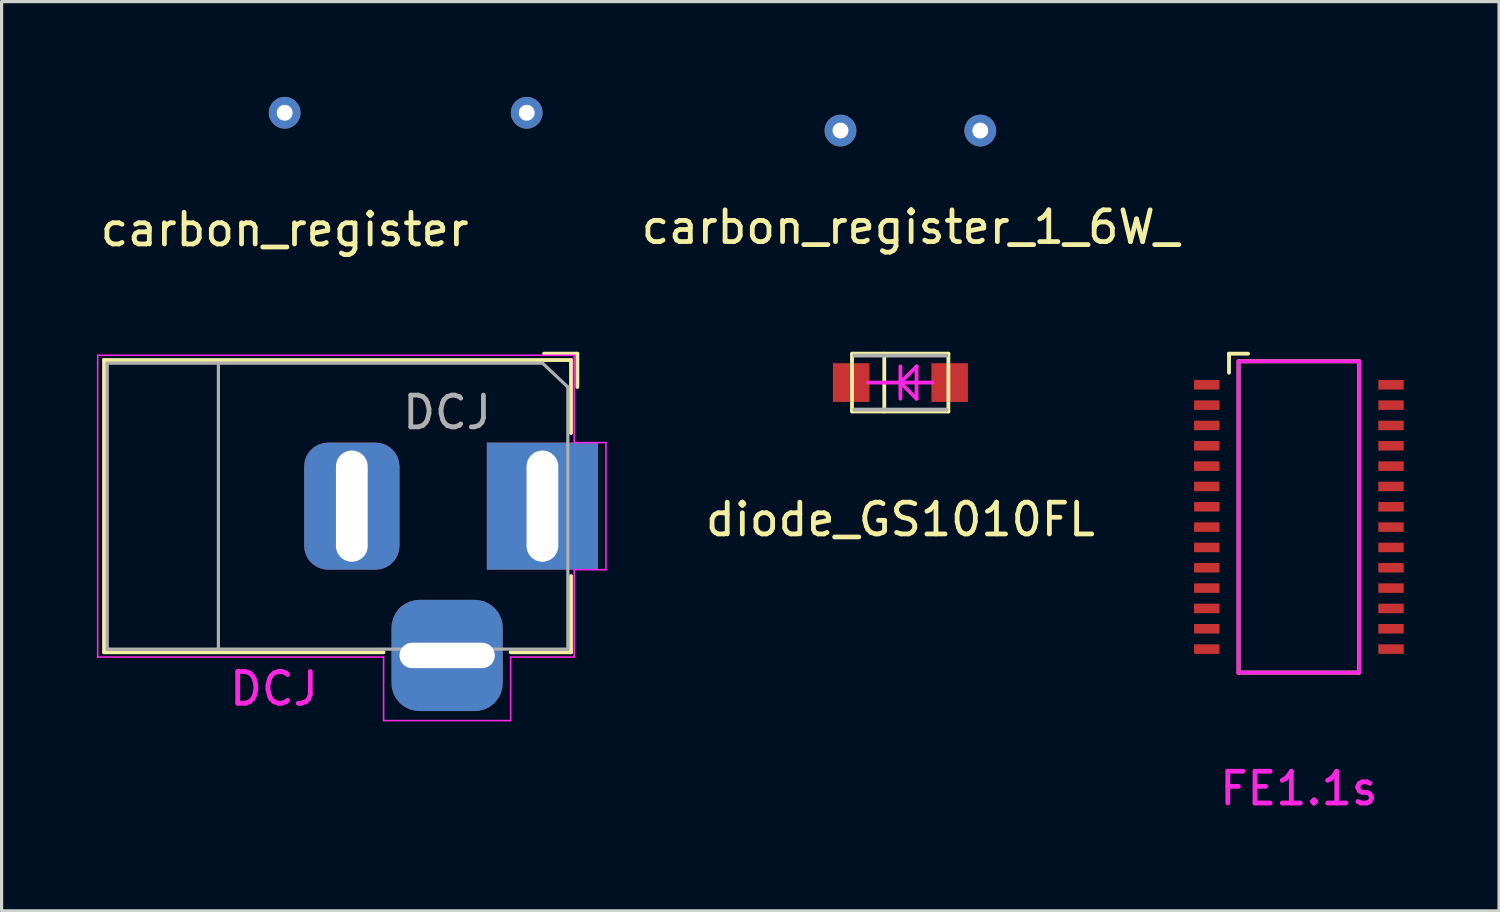
<source format=kicad_pcb>
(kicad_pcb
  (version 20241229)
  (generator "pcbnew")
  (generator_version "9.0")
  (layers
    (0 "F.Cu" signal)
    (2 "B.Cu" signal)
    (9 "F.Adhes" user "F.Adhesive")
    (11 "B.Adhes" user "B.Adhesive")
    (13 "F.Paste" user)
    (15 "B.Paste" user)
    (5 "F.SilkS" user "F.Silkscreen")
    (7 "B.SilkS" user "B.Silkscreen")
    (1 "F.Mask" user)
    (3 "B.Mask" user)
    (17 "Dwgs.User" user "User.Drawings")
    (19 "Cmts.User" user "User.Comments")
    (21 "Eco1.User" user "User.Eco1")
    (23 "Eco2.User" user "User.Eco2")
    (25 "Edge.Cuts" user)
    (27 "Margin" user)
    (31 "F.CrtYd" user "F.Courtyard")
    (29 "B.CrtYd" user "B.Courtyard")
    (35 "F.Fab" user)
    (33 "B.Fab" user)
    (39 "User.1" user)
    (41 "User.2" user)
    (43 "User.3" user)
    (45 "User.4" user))
  (footprint "DCJ"
    (layer "F.Cu")
    (at 14.025 12.883)
    (property "Reference" "DCJ" (at -8.45 5.75 0) (layer "F.CrtYd") (effects (font (size 1 1) (thickness 0.15))))
    (attr through_hole)
    (fp_line (start -13.8 -4.6) (end 0.9 -4.6) (stroke (width 0.12) (type solid)) (layer "F.SilkS"))
    (fp_line (start -13.8 4.6) (end -13.8 -4.6) (stroke (width 0.12) (type solid)) (layer "F.SilkS"))
    (fp_line (start -5 4.6) (end -13.8 4.6) (stroke (width 0.12) (type solid)) (layer "F.SilkS"))
    (fp_line (start 0.05 -4.8) (end 1.1 -4.8) (stroke (width 0.12) (type solid)) (layer "F.SilkS"))
    (fp_line (start 0.9 -4.6) (end 0.9 -2.3) (stroke (width 0.12) (type solid)) (layer "F.SilkS"))
    (fp_line (start 0.9 2.2) (end 0.9 4.6) (stroke (width 0.12) (type solid)) (layer "F.SilkS"))
    (fp_line (start 0.9 4.6) (end -1 4.6) (stroke (width 0.12) (type solid)) (layer "F.SilkS"))
    (fp_line (start 1.1 -3.75) (end 1.1 -4.8) (stroke (width 0.12) (type solid)) (layer "F.SilkS"))
    (fp_line (start -14 4.75) (end -14 -4.75) (stroke (width 0.05) (type solid)) (layer "F.CrtYd"))
    (fp_line (start -5 4.75) (end -14 4.75) (stroke (width 0.05) (type solid)) (layer "F.CrtYd"))
    (fp_line (start -5 6.75) (end -5 4.75) (stroke (width 0.05) (type solid)) (layer "F.CrtYd"))
    (fp_line (start -1 4.75) (end -1 6.75) (stroke (width 0.05) (type solid)) (layer "F.CrtYd"))
    (fp_line (start -1 6.75) (end -5 6.75) (stroke (width 0.05) (type solid)) (layer "F.CrtYd"))
    (fp_line (start 1 -4.75) (end -14 -4.75) (stroke (width 0.05) (type solid)) (layer "F.CrtYd"))
    (fp_line (start 1 -4.5) (end 1 -4.75) (stroke (width 0.05) (type solid)) (layer "F.CrtYd"))
    (fp_line (start 1 -4.5) (end 1 -2) (stroke (width 0.05) (type solid)) (layer "F.CrtYd"))
    (fp_line (start 1 -2) (end 2 -2) (stroke (width 0.05) (type solid)) (layer "F.CrtYd"))
    (fp_line (start 1 2) (end 1 4.75) (stroke (width 0.05) (type solid)) (layer "F.CrtYd"))
    (fp_line (start 1 4.75) (end -1 4.75) (stroke (width 0.05) (type solid)) (layer "F.CrtYd"))
    (fp_line (start 2 -2) (end 2 2) (stroke (width 0.05) (type solid)) (layer "F.CrtYd"))
    (fp_line (start 2 2) (end 1 2) (stroke (width 0.05) (type solid)) (layer "F.CrtYd"))
    (fp_line (start -13.7 -4.5) (end -13.7 4.5) (stroke (width 0.1) (type solid)) (layer "F.Fab"))
    (fp_line (start -13.7 4.5) (end 0.8 4.5) (stroke (width 0.1) (type solid)) (layer "F.Fab"))
    (fp_line (start -10.2 -4.5) (end -10.2 4.5) (stroke (width 0.1) (type solid)) (layer "F.Fab"))
    (fp_line (start -0.003 -4.505) (end 0.8 -3.75) (stroke (width 0.1) (type solid)) (layer "F.Fab"))
    (fp_line (start 0 -4.5) (end -13.7 -4.5) (stroke (width 0.1) (type solid)) (layer "F.Fab"))
    (fp_line (start 0.8 4.5) (end 0.8 -3.75) (stroke (width 0.1) (type solid)) (layer "F.Fab"))
    (fp_text user "${REFERENCE}" (at -3 -2.95 0) (layer "F.Fab") (effects (font (size 1 1) (thickness 0.15))))
    (pad "1" thru_hole rect (at 0 0) (size 3.5 4) (drill oval 1 3.5) (layers "*.Cu" "*.Mask"))
    (pad "2" thru_hole roundrect (at -6 0) (size 3 4) (drill oval 1 3.5) (layers "*.Cu" "*.Mask") (roundrect_rratio 0.25))
    (pad "3" thru_hole roundrect (at -3 4.7) (size 3.5 3.5) (drill oval 3 0.8) (layers "*.Cu" "*.Mask") (roundrect_rratio 0.25)))
  (footprint "FE1.1s"
    (layer "F.Cu")
    (at 37.838 17.383)
    (property "Reference" "FE1.1s" (at 0 4.39 0) (layer "F.CrtYd") (effects (font (size 1 1) (thickness 0.15))))
    (attr through_hole)
    (fp_line (start -2.2 -9.3) (end -1.6 -9.3) (stroke (width 0.12) (type solid)) (layer "F.SilkS"))
    (fp_line (start -2.2 -8.7) (end -2.2 -9.3) (stroke (width 0.12) (type solid)) (layer "F.SilkS"))
    (fp_line (start -1.9 -9.06) (end -1.9 0.74) (stroke (width 0.12) (type solid)) (layer "F.SilkS"))
    (fp_line (start -1.9 0.74) (end 1.9 0.74) (stroke (width 0.12) (type solid)) (layer "F.SilkS"))
    (fp_line (start 1.9 -9.06) (end -1.9 -9.06) (stroke (width 0.12) (type solid)) (layer "F.SilkS"))
    (fp_line (start 1.9 0.74) (end 1.9 -9.06) (stroke (width 0.12) (type solid)) (layer "F.SilkS"))
    (fp_line (start -1.9 -9.06) (end -1.9 0.74) (stroke (width 0.12) (type solid)) (layer "F.CrtYd"))
    (fp_line (start -1.9 0.74) (end 1.9 0.74) (stroke (width 0.12) (type solid)) (layer "F.CrtYd"))
    (fp_line (start 1.9 -9.06) (end -1.9 -9.06) (stroke (width 0.12) (type solid)) (layer "F.CrtYd"))
    (fp_line (start 1.9 0.74) (end 1.9 -9.06) (stroke (width 0.12) (type solid)) (layer "F.CrtYd"))
    (pad "BUSJ" smd rect (at 2.9 -2.56) (size 0.8 0.3) (layers "F.Cu" "F.Mask" "F.Paste"))
    (pad "DM1" smd rect (at -2.9 -2.56) (size 0.8 0.3) (layers "F.Cu" "F.Mask" "F.Paste"))
    (pad "DM2" smd rect (at -2.9 -3.84) (size 0.8 0.3) (layers "F.Cu" "F.Mask" "F.Paste"))
    (pad "DM3" smd rect (at -2.9 -5.12) (size 0.8 0.3) (layers "F.Cu" "F.Mask" "F.Paste"))
    (pad "DM4" smd rect (at -2.9 -6.4) (size 0.8 0.3) (layers "F.Cu" "F.Mask" "F.Paste"))
    (pad "DMU" smd rect (at 2.9 0) (size 0.8 0.3) (layers "F.Cu" "F.Mask" "F.Paste"))
    (pad "DP1" smd rect (at -2.9 -1.92) (size 0.8 0.3) (layers "F.Cu" "F.Mask" "F.Paste"))
    (pad "DP2" smd rect (at -2.9 -3.2) (size 0.8 0.3) (layers "F.Cu" "F.Mask" "F.Paste"))
    (pad "DP3" smd rect (at -2.9 -4.48) (size 0.8 0.3) (layers "F.Cu" "F.Mask" "F.Paste"))
    (pad "DP4" smd rect (at -2.9 -5.76) (size 0.8 0.3) (layers "F.Cu" "F.Mask" "F.Paste"))
    (pad "DPU" smd rect (at 2.9 -0.64) (size 0.8 0.3) (layers "F.Cu" "F.Mask" "F.Paste"))
    (pad "DRV" smd rect (at 2.9 -4.48) (size 0.8 0.3) (layers "F.Cu" "F.Mask" "F.Paste"))
    (pad "LED1" smd rect (at 2.9 -5.12) (size 0.8 0.3) (layers "F.Cu" "F.Mask" "F.Paste"))
    (pad "LED2" smd rect (at 2.9 -5.76) (size 0.8 0.3) (layers "F.Cu" "F.Mask" "F.Paste"))
    (pad "OVCJ" smd rect (at 2.9 -7.04) (size 0.8 0.3) (layers "F.Cu" "F.Mask" "F.Paste"))
    (pad "PWRJ" smd rect (at 2.9 -6.4) (size 0.8 0.3) (layers "F.Cu" "F.Mask" "F.Paste"))
    (pad "REXT" smd rect (at -2.9 0) (size 0.8 0.3) (layers "F.Cu" "F.Mask" "F.Paste"))
    (pad "TESTJ" smd rect (at 2.9 -7.68) (size 0.8 0.3) (layers "F.Cu" "F.Mask" "F.Paste"))
    (pad "VBUSM" smd rect (at 2.9 -1.92) (size 0.8 0.3) (layers "F.Cu" "F.Mask" "F.Paste"))
    (pad "VD18" smd rect (at 2.9 -8.32) (size 0.8 0.3) (layers "F.Cu" "F.Mask" "F.Paste"))
    (pad "VD18_O" smd rect (at -2.9 -1.28) (size 0.8 0.3) (layers "F.Cu" "F.Mask" "F.Paste"))
    (pad "VD33" smd rect (at -2.9 -0.64) (size 0.8 0.3) (layers "F.Cu" "F.Mask" "F.Paste"))
    (pad "VD33_O" smd rect (at 2.9 -3.84) (size 0.8 0.3) (layers "F.Cu" "F.Mask" "F.Paste"))
    (pad "VDD5" smd rect (at 2.9 -3.2) (size 0.8 0.3) (layers "F.Cu" "F.Mask" "F.Paste"))
    (pad "VSS" smd rect (at -2.9 -8.32) (size 0.8 0.3) (layers "F.Cu" "F.Mask" "F.Paste"))
    (pad "XIN" smd rect (at -2.9 -7.04) (size 0.8 0.3) (layers "F.Cu" "F.Mask" "F.Paste"))
    (pad "XOUT" smd rect (at -2.9 -7.68) (size 0.8 0.3) (layers "F.Cu" "F.Mask" "F.Paste"))
    (pad "XRSTJ" smd rect (at 2.9 -1.28) (size 0.8 0.3) (layers "F.Cu" "F.Mask" "F.Paste")))
  (footprint "carbon_register_1_6W_"
    (layer "F.Cu")
    (at 25.608 1.06)
    (property "Reference" "carbon_register_1_6W_" (at 0 3.04 0) (layer "F.SilkS") (effects (font (size 1 1) (thickness 0.15))))
    (attr through_hole)
    (fp_line (start -2 -1) (end -2 1) (stroke (width 0.12) (type solid)) (layer "B.Paste"))
    (fp_line (start -2 -1) (end 2 -1) (stroke (width 0.12) (type solid)) (layer "B.Paste"))
    (fp_line (start 2 -1) (end 2 1) (stroke (width 0.12) (type solid)) (layer "B.Paste"))
    (fp_line (start 2 1) (end -2 1) (stroke (width 0.12) (type solid)) (layer "B.Paste"))
    (pad "1" thru_hole circle (at -2.2 0) (size 1 1) (drill 0.5) (layers "*.Cu" "*.Mask"))
    (pad "2" thru_hole circle (at 2.2 0) (size 1 1) (drill 0.5) (layers "*.Cu" "*.Mask")))
  (footprint "carbon_register"
    (layer "F.Cu")
    (at 5.911 0.5)
    (property "Reference" "carbon_register" (at 0 3.675 0) (layer "F.SilkS") (effects (font (size 1 1) (thickness 0.15))))
    (attr through_hole)
    (pad "1" thru_hole circle (at 0 0) (size 1 1) (drill 0.5) (layers "*.Cu" "*.Mask"))
    (pad "2" thru_hole circle (at 7.62 0) (size 1 1) (drill 0.5) (layers "*.Cu" "*.Mask")))
  (footprint "diode_GS1010FL"
    (layer "F.Cu")
    (at 25.294 8.993)
    (property "Reference" "diode_GS1010FL" (at 0 4.31 0) (layer "F.SilkS") (effects (font (size 1 1) (thickness 0.15))))
    (attr through_hole)
    (fp_line (start -1.524 0.91) (end -1.524 -0.91) (stroke (width 0.12) (type solid)) (layer "F.SilkS"))
    (fp_line (start -1.51 0.91) (end 1.51 0.91) (stroke (width 0.12) (type solid)) (layer "F.SilkS"))
    (fp_line (start -0.508 0.91) (end -0.508 -0.91) (stroke (width 0.12) (type solid)) (layer "F.SilkS"))
    (fp_line (start 1.51 -0.91) (end -1.51 -0.91) (stroke (width 0.12) (type solid)) (layer "F.SilkS"))
    (fp_line (start 1.51 0.91) (end 1.51 -0.91) (stroke (width 0.12) (type solid)) (layer "F.SilkS"))
    (fp_line (start 0 -0.508) (end 0 0.508) (stroke (width 0.12) (type solid)) (layer "F.CrtYd"))
    (fp_line (start 0 0) (end 0.508 -0.508) (stroke (width 0.12) (type solid)) (layer "F.CrtYd"))
    (fp_line (start 0.508 -0.508) (end 0.508 0.508) (stroke (width 0.12) (type solid)) (layer "F.CrtYd"))
    (fp_line (start 0.508 0.508) (end 0 0) (stroke (width 0.12) (type solid)) (layer "F.CrtYd"))
    (fp_line (start 1.016 0) (end -1.016 0) (stroke (width 0.12) (type solid)) (layer "F.CrtYd"))
    (fp_line (start -1.45 0.85) (end 1.45 0.85) (stroke (width 0.12) (type solid)) (layer "F.Fab"))
    (fp_line (start 1.45 -0.85) (end -1.45 -0.85) (stroke (width 0.12) (type solid)) (layer "F.Fab"))
    (pad "1" smd rect (at -1.55 0) (size 1.15 1.22) (layers "F.Cu" "F.Mask" "F.Paste"))
    (pad "2" smd rect (at 1.55 0) (size 1.15 1.22) (layers "F.Cu" "F.Mask" "F.Paste")))
  (gr_rect
    (start -3 -3)
    (end 44.138 25.622)
    (stroke (width 0.1) (type default))
    (fill no)
    (layer "Edge.Cuts")))
</source>
